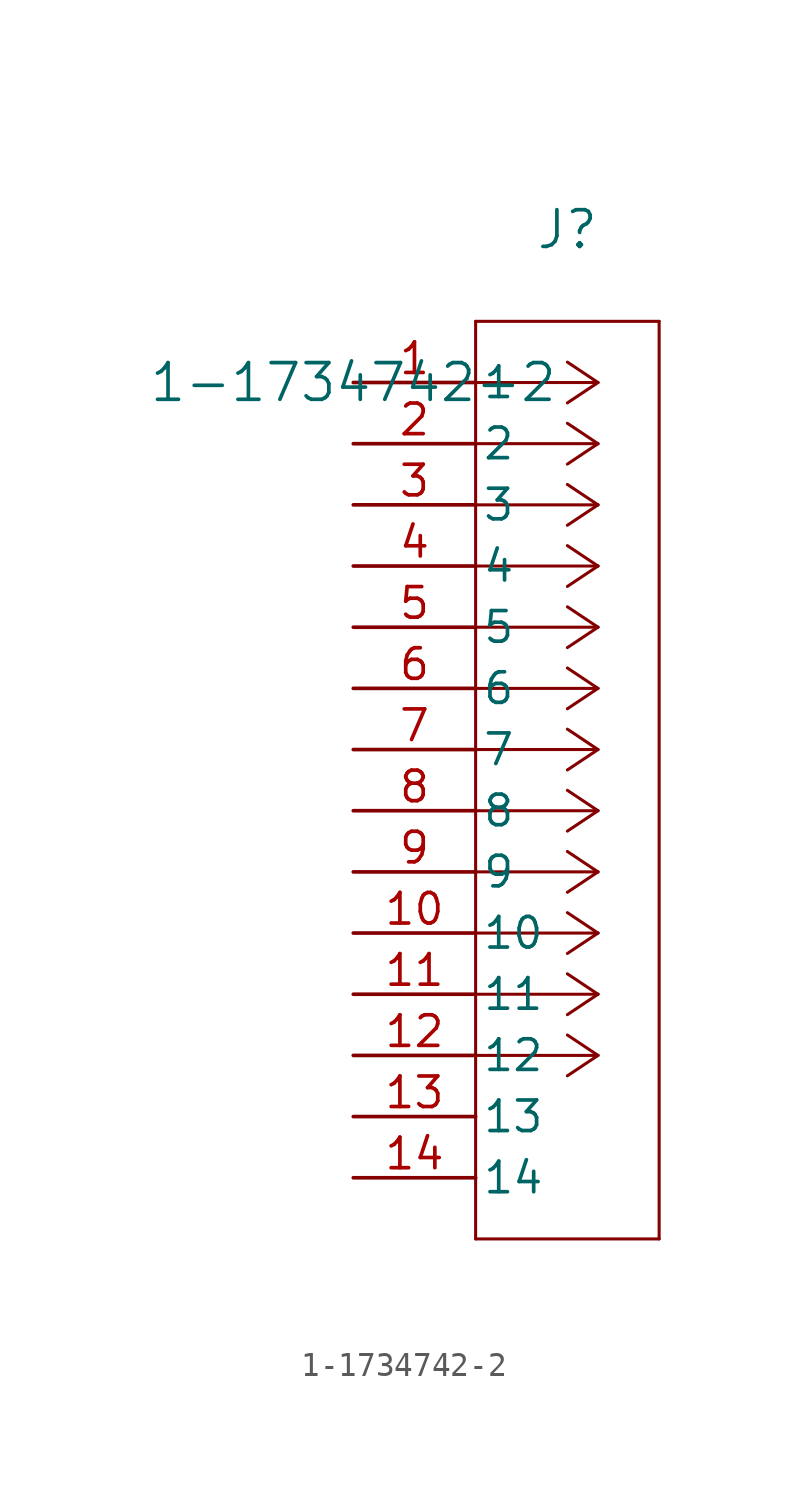
<source format=kicad_sym>
(kicad_symbol_lib
  (version 20211014)
  (generator kicad_symbol_editor)
  (symbol "1-1734742-2"
    (pin_names
      (offset 0.254))
    (property "Reference" "J"
      (at 8.89 6.35 0)
      (effects (font (size 1.524 1.524))))
    (property "Value" "1-1734742-2"
      (at 0 0 0)
      (effects (font (size 1.524 1.524))))
    (symbol "1-1734742-2_0_1"
      (polyline (pts (xy 10.16 0) (xy 5.08 0)) (stroke (width 0.127) (type default) (color 0 0 0 0)) (fill (type none)))
      (polyline (pts (xy 10.16 -2.54) (xy 5.08 -2.54)) (stroke (width 0.127) (type default) (color 0 0 0 0)) (fill (type none)))
      (polyline (pts (xy 10.16 -5.08) (xy 5.08 -5.08)) (stroke (width 0.127) (type default) (color 0 0 0 0)) (fill (type none)))
      (polyline (pts (xy 10.16 -7.62) (xy 5.08 -7.62)) (stroke (width 0.127) (type default) (color 0 0 0 0)) (fill (type none)))
      (polyline (pts (xy 10.16 -10.16) (xy 5.08 -10.16)) (stroke (width 0.127) (type default) (color 0 0 0 0)) (fill (type none)))
      (polyline (pts (xy 10.16 -12.7) (xy 5.08 -12.7)) (stroke (width 0.127) (type default) (color 0 0 0 0)) (fill (type none)))
      (polyline (pts (xy 10.16 -15.24) (xy 5.08 -15.24)) (stroke (width 0.127) (type default) (color 0 0 0 0)) (fill (type none)))
      (polyline (pts (xy 10.16 -17.78) (xy 5.08 -17.78)) (stroke (width 0.127) (type default) (color 0 0 0 0)) (fill (type none)))
      (polyline (pts (xy 10.16 -20.32) (xy 5.08 -20.32)) (stroke (width 0.127) (type default) (color 0 0 0 0)) (fill (type none)))
      (polyline (pts (xy 10.16 -22.86) (xy 5.08 -22.86)) (stroke (width 0.127) (type default) (color 0 0 0 0)) (fill (type none)))
      (polyline (pts (xy 10.16 -25.4) (xy 5.08 -25.4)) (stroke (width 0.127) (type default) (color 0 0 0 0)) (fill (type none)))
      (polyline (pts (xy 10.16 -27.94) (xy 5.08 -27.94)) (stroke (width 0.127) (type default) (color 0 0 0 0)) (fill (type none)))
      (polyline (pts (xy 10.16 0) (xy 8.89 0.847)) (stroke (width 0.127) (type default) (color 0 0 0 0)) (fill (type none)))
      (polyline (pts (xy 10.16 -2.54) (xy 8.89 -1.693)) (stroke (width 0.127) (type default) (color 0 0 0 0)) (fill (type none)))
      (polyline (pts (xy 10.16 -5.08) (xy 8.89 -4.233)) (stroke (width 0.127) (type default) (color 0 0 0 0)) (fill (type none)))
      (polyline (pts (xy 10.16 -7.62) (xy 8.89 -6.773)) (stroke (width 0.127) (type default) (color 0 0 0 0)) (fill (type none)))
      (polyline (pts (xy 10.16 -10.16) (xy 8.89 -9.313)) (stroke (width 0.127) (type default) (color 0 0 0 0)) (fill (type none)))
      (polyline (pts (xy 10.16 -12.7) (xy 8.89 -11.853)) (stroke (width 0.127) (type default) (color 0 0 0 0)) (fill (type none)))
      (polyline (pts (xy 10.16 -15.24) (xy 8.89 -14.393)) (stroke (width 0.127) (type default) (color 0 0 0 0)) (fill (type none)))
      (polyline (pts (xy 10.16 -17.78) (xy 8.89 -16.933)) (stroke (width 0.127) (type default) (color 0 0 0 0)) (fill (type none)))
      (polyline (pts (xy 10.16 -20.32) (xy 8.89 -19.473)) (stroke (width 0.127) (type default) (color 0 0 0 0)) (fill (type none)))
      (polyline (pts (xy 10.16 -22.86) (xy 8.89 -22.013)) (stroke (width 0.127) (type default) (color 0 0 0 0)) (fill (type none)))
      (polyline (pts (xy 10.16 -25.4) (xy 8.89 -24.553)) (stroke (width 0.127) (type default) (color 0 0 0 0)) (fill (type none)))
      (polyline (pts (xy 10.16 -27.94) (xy 8.89 -27.093)) (stroke (width 0.127) (type default) (color 0 0 0 0)) (fill (type none)))
      (polyline (pts (xy 10.16 0) (xy 8.89 -0.847)) (stroke (width 0.127) (type default) (color 0 0 0 0)) (fill (type none)))
      (polyline (pts (xy 10.16 -2.54) (xy 8.89 -3.387)) (stroke (width 0.127) (type default) (color 0 0 0 0)) (fill (type none)))
      (polyline (pts (xy 10.16 -5.08) (xy 8.89 -5.927)) (stroke (width 0.127) (type default) (color 0 0 0 0)) (fill (type none)))
      (polyline (pts (xy 10.16 -7.62) (xy 8.89 -8.467)) (stroke (width 0.127) (type default) (color 0 0 0 0)) (fill (type none)))
      (polyline (pts (xy 10.16 -10.16) (xy 8.89 -11.007)) (stroke (width 0.127) (type default) (color 0 0 0 0)) (fill (type none)))
      (polyline (pts (xy 10.16 -12.7) (xy 8.89 -13.547)) (stroke (width 0.127) (type default) (color 0 0 0 0)) (fill (type none)))
      (polyline (pts (xy 10.16 -15.24) (xy 8.89 -16.087)) (stroke (width 0.127) (type default) (color 0 0 0 0)) (fill (type none)))
      (polyline (pts (xy 10.16 -17.78) (xy 8.89 -18.627)) (stroke (width 0.127) (type default) (color 0 0 0 0)) (fill (type none)))
      (polyline (pts (xy 10.16 -20.32) (xy 8.89 -21.167)) (stroke (width 0.127) (type default) (color 0 0 0 0)) (fill (type none)))
      (polyline (pts (xy 10.16 -22.86) (xy 8.89 -23.707)) (stroke (width 0.127) (type default) (color 0 0 0 0)) (fill (type none)))
      (polyline (pts (xy 10.16 -25.4) (xy 8.89 -26.247)) (stroke (width 0.127) (type default) (color 0 0 0 0)) (fill (type none)))
      (polyline (pts (xy 10.16 -27.94) (xy 8.89 -28.787)) (stroke (width 0.127) (type default) (color 0 0 0 0)) (fill (type none)))
      (polyline (pts (xy 5.08 2.54) (xy 5.08 -35.56)) (stroke (width 0.127) (type default) (color 0 0 0 0)) (fill (type none)))
      (polyline (pts (xy 5.08 -35.56) (xy 12.7 -35.56)) (stroke (width 0.127) (type default) (color 0 0 0 0)) (fill (type none)))
      (polyline (pts (xy 12.7 -35.56) (xy 12.7 2.54)) (stroke (width 0.127) (type default) (color 0 0 0 0)) (fill (type none)))
      (polyline (pts (xy 12.7 2.54) (xy 5.08 2.54)) (stroke (width 0.127) (type default) (color 0 0 0 0)) (fill (type none)))
      (pin unspecified line (at 0 0 0) (length 5.08) (name "1" (effects (font (size 1.27 1.27)))) (number "1" (effects (font (size 1.27 1.27)))))
      (pin unspecified line (at 0 -2.54 0) (length 5.08) (name "2" (effects (font (size 1.27 1.27)))) (number "2" (effects (font (size 1.27 1.27)))))
      (pin unspecified line (at 0 -5.08 0) (length 5.08) (name "3" (effects (font (size 1.27 1.27)))) (number "3" (effects (font (size 1.27 1.27)))))
      (pin unspecified line (at 0 -7.62 0) (length 5.08) (name "4" (effects (font (size 1.27 1.27)))) (number "4" (effects (font (size 1.27 1.27)))))
      (pin unspecified line (at 0 -10.16 0) (length 5.08) (name "5" (effects (font (size 1.27 1.27)))) (number "5" (effects (font (size 1.27 1.27)))))
      (pin unspecified line (at 0 -12.7 0) (length 5.08) (name "6" (effects (font (size 1.27 1.27)))) (number "6" (effects (font (size 1.27 1.27)))))
      (pin unspecified line (at 0 -15.24 0) (length 5.08) (name "7" (effects (font (size 1.27 1.27)))) (number "7" (effects (font (size 1.27 1.27)))))
      (pin unspecified line (at 0 -17.78 0) (length 5.08) (name "8" (effects (font (size 1.27 1.27)))) (number "8" (effects (font (size 1.27 1.27)))))
      (pin unspecified line (at 0 -20.32 0) (length 5.08) (name "9" (effects (font (size 1.27 1.27)))) (number "9" (effects (font (size 1.27 1.27)))))
      (pin unspecified line (at 0 -22.86 0) (length 5.08) (name "10" (effects (font (size 1.27 1.27)))) (number "10" (effects (font (size 1.27 1.27)))))
      (pin unspecified line (at 0 -25.4 0) (length 5.08) (name "11" (effects (font (size 1.27 1.27)))) (number "11" (effects (font (size 1.27 1.27)))))
      (pin unspecified line (at 0 -27.94 0) (length 5.08) (name "12" (effects (font (size 1.27 1.27)))) (number "12" (effects (font (size 1.27 1.27)))))
      (pin unspecified line (at 0 -30.48 0) (length 5.08) (name "13" (effects (font (size 1.27 1.27)))) (number "13" (effects (font (size 1.27 1.27)))))
      (pin unspecified line (at 0 -33.02 0) (length 5.08) (name "14" (effects (font (size 1.27 1.27)))) (number "14" (effects (font (size 1.27 1.27))))))))
</source>
